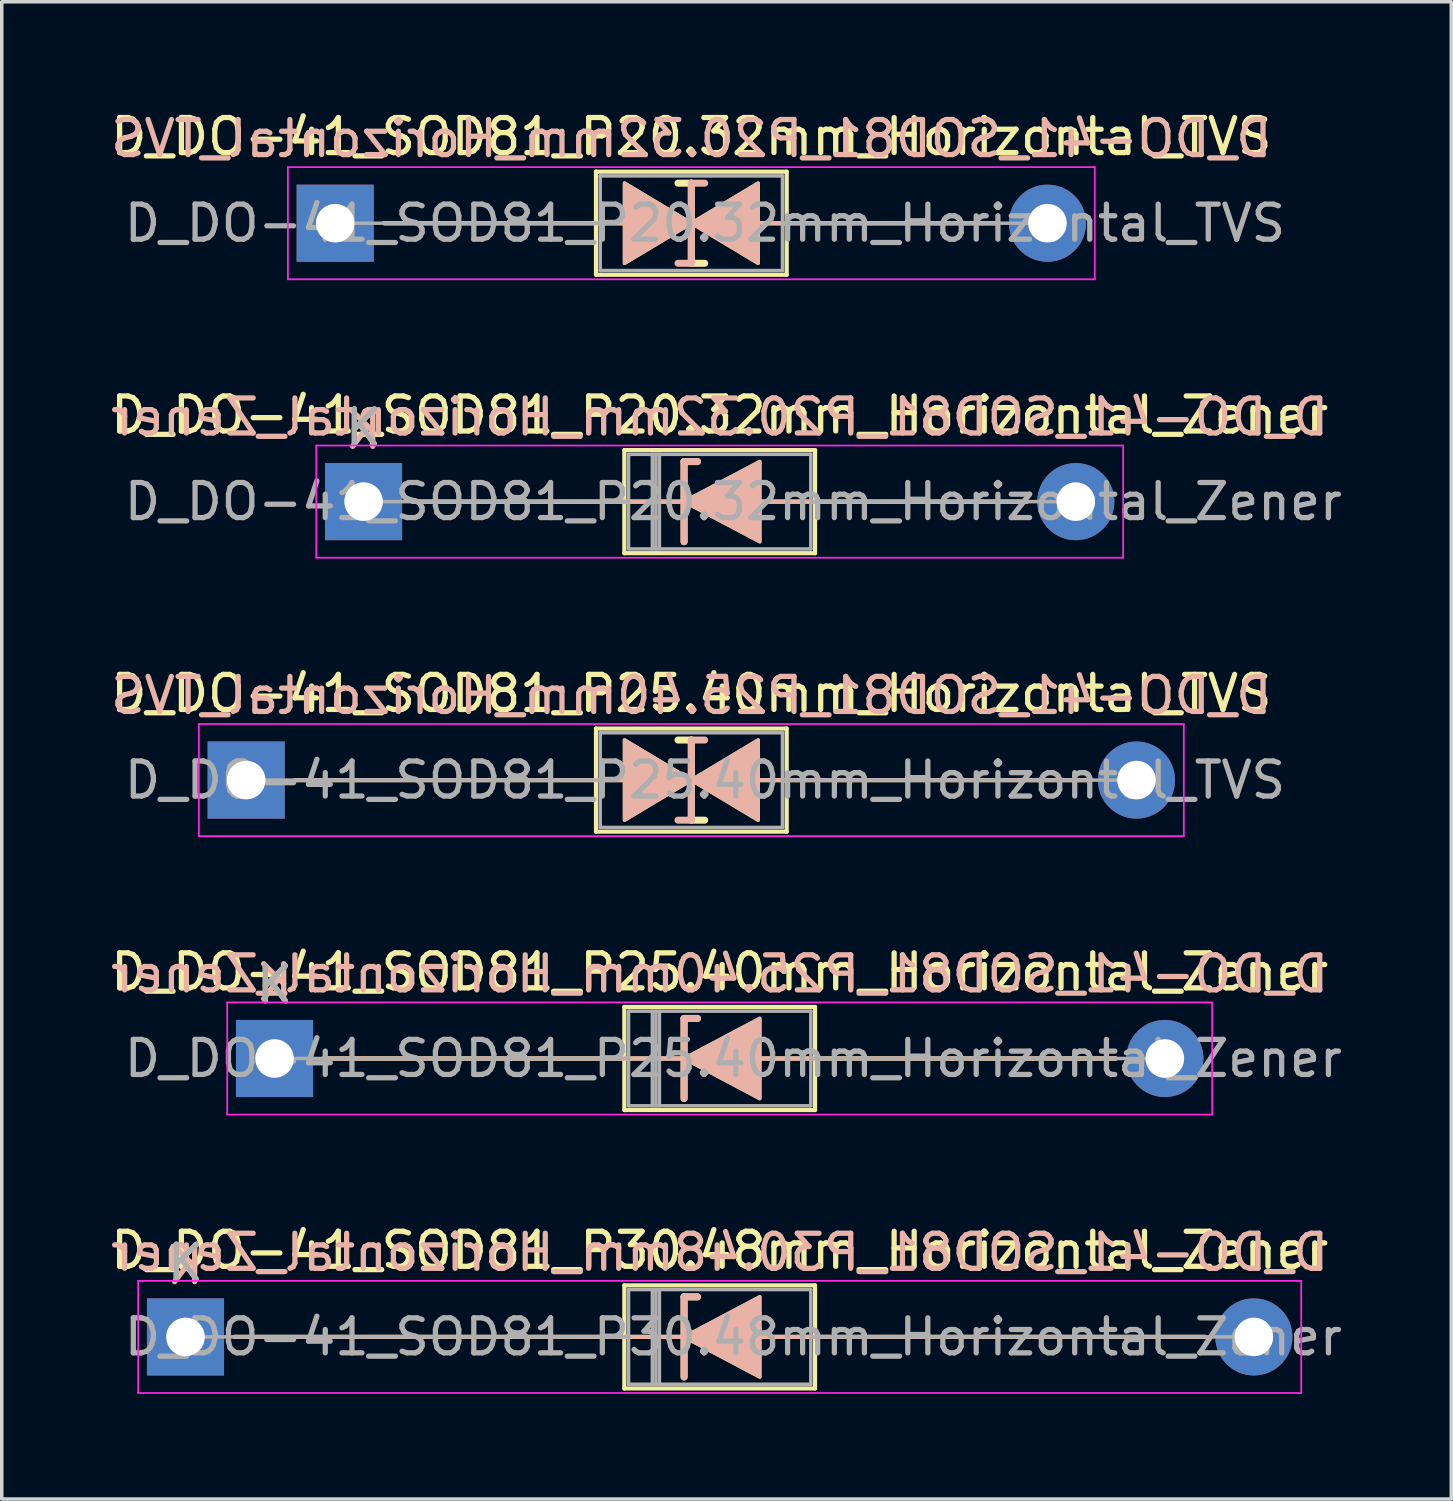
<source format=kicad_pcb>
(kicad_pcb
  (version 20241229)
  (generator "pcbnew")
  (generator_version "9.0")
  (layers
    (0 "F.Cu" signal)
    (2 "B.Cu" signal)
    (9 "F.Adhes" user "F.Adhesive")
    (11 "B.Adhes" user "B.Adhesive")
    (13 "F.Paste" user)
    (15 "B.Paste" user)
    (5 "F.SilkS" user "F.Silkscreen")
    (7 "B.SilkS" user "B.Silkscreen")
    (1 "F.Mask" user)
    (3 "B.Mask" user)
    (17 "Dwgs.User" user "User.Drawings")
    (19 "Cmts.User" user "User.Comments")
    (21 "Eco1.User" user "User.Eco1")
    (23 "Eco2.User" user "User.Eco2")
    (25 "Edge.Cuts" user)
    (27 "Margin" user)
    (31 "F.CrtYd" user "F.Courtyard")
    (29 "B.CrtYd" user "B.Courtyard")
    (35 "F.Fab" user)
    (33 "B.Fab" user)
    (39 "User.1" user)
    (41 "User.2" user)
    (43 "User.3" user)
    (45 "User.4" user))
  (footprint "D_DO-41_SOD81_P25.40mm_Horizontal_Zener"
    (layer "F.Cu")
    (at 4.782 27.148)
    (property "Reference" "D_DO-41_SOD81_P25.40mm_Horizontal_Zener" (at 12.7 -2.47 0) (layer "F.SilkS") (effects (font (size 1 1) (thickness 0.15))))
    (fp_line (start 1.397 0) (end 9.98 0) (stroke (width 0.12) (type solid)) (layer "F.SilkS"))
    (fp_line (start 9.98 -1.47) (end 9.98 1.47) (stroke (width 0.12) (type solid)) (layer "F.SilkS"))
    (fp_line (start 9.98 1.47) (end 15.42 1.47) (stroke (width 0.12) (type solid)) (layer "F.SilkS"))
    (fp_line (start 11.684 -1.143) (end 11.684 1.143) (stroke (width 0.2) (type solid)) (layer "F.SilkS"))
    (fp_line (start 11.684 -1.143) (end 12.065 -1.143) (stroke (width 0.2) (type solid)) (layer "F.SilkS"))
    (fp_line (start 11.684 0) (end 9.98 0) (stroke (width 0.12) (type solid)) (layer "F.SilkS"))
    (fp_line (start 13.843 0) (end 15.42 0) (stroke (width 0.12) (type solid)) (layer "F.SilkS"))
    (fp_line (start 15.42 -1.47) (end 9.98 -1.47) (stroke (width 0.12) (type solid)) (layer "F.SilkS"))
    (fp_line (start 15.42 1.47) (end 15.42 -1.47) (stroke (width 0.12) (type solid)) (layer "F.SilkS"))
    (fp_line (start 24.003 0) (end 15.42 0) (stroke (width 0.12) (type solid)) (layer "F.SilkS"))
    (fp_poly (pts (xy 13.843 1.143) (xy 11.684 0) (xy 13.843 -1.143)) (stroke (width 0.1) (type solid)) (fill yes) (layer "F.SilkS"))
    (fp_line (start 1.397 0) (end 9.98 0) (stroke (width 0.12) (type solid)) (layer "B.SilkS"))
    (fp_line (start 11.684 -1.143) (end 12.065 -1.143) (stroke (width 0.2) (type solid)) (layer "B.SilkS"))
    (fp_line (start 11.684 0) (end 9.98 0) (stroke (width 0.12) (type solid)) (layer "B.SilkS"))
    (fp_line (start 11.684 1.143) (end 11.684 -1.143) (stroke (width 0.2) (type solid)) (layer "B.SilkS"))
    (fp_line (start 13.843 0) (end 15.42 0) (stroke (width 0.12) (type solid)) (layer "B.SilkS"))
    (fp_line (start 24.003 0) (end 15.42 0) (stroke (width 0.12) (type solid)) (layer "B.SilkS"))
    (fp_poly (pts (xy 13.843 -1.143) (xy 11.684 0) (xy 13.843 1.143)) (stroke (width 0.1) (type solid)) (fill yes) (layer "B.SilkS"))
    (fp_line (start -1.35 -1.6) (end -1.35 1.6) (stroke (width 0.05) (type solid)) (layer "F.CrtYd"))
    (fp_line (start -1.35 1.6) (end 26.75 1.6) (stroke (width 0.05) (type solid)) (layer "F.CrtYd"))
    (fp_line (start 26.75 -1.6) (end -1.35 -1.6) (stroke (width 0.05) (type solid)) (layer "F.CrtYd"))
    (fp_line (start 26.75 1.6) (end 26.75 -1.6) (stroke (width 0.05) (type solid)) (layer "F.CrtYd"))
    (fp_line (start 0 0) (end 10.1 0) (stroke (width 0.1) (type solid)) (layer "F.Fab"))
    (fp_line (start 10.1 -1.35) (end 10.1 1.35) (stroke (width 0.1) (type solid)) (layer "F.Fab"))
    (fp_line (start 10.1 1.35) (end 15.3 1.35) (stroke (width 0.1) (type solid)) (layer "F.Fab"))
    (fp_line (start 10.78 -1.35) (end 10.78 1.35) (stroke (width 0.1) (type solid)) (layer "F.Fab"))
    (fp_line (start 10.88 -1.35) (end 10.88 1.35) (stroke (width 0.1) (type solid)) (layer "F.Fab"))
    (fp_line (start 10.98 -1.35) (end 10.98 1.35) (stroke (width 0.1) (type solid)) (layer "F.Fab"))
    (fp_line (start 15.3 -1.35) (end 10.1 -1.35) (stroke (width 0.1) (type solid)) (layer "F.Fab"))
    (fp_line (start 15.3 1.35) (end 15.3 -1.35) (stroke (width 0.1) (type solid)) (layer "F.Fab"))
    (fp_line (start 25.4 0) (end 15.3 0) (stroke (width 0.1) (type solid)) (layer "F.Fab"))
    (fp_text user "K" (at 0 -2.1 0) (layer "F.SilkS") (effects (font (size 1 1) (thickness 0.15))))
    (fp_text user "${REFERENCE}" (at 12.7 -2.413 0) (layer "B.SilkS") (effects (font (size 1 1) (thickness 0.15)) (justify mirror)))
    (fp_text user "K" (at 0 -2.159 0) (layer "B.SilkS") (effects (font (size 1 1) (thickness 0.15)) (justify mirror)))
    (fp_text user "K" (at 0 -2.1 0) (layer "F.Fab") (effects (font (size 1 1) (thickness 0.15))))
    (fp_text user "${REFERENCE}" (at 13.09 0 0) (layer "F.Fab") (effects (font (size 1 1) (thickness 0.15))))
    (pad "1" thru_hole rect (at 0 0) (size 2.2 2.2) (drill 1.1) (layers "*.Cu" "*.Mask"))
    (pad "2" thru_hole oval (at 25.4 0) (size 2.2 2.2) (drill 1.1) (layers "*.Cu" "*.Mask")))
  (footprint "D_DO-41_SOD81_P20.32mm_Horizontal_TVS"
    (layer "F.Cu")
    (at 6.513 3.318)
    (property "Reference" "D_DO-41_SOD81_P20.32mm_Horizontal_TVS" (at 10.16 -2.47 0) (layer "F.SilkS") (effects (font (size 1 1) (thickness 0.15))))
    (fp_line (start 1.397 0) (end 7.44 0) (stroke (width 0.12) (type solid)) (layer "F.SilkS"))
    (fp_line (start 7.44 -1.47) (end 7.44 1.47) (stroke (width 0.12) (type solid)) (layer "F.SilkS"))
    (fp_line (start 7.44 0) (end 8.255 0) (stroke (width 0.12) (type solid)) (layer "F.SilkS"))
    (fp_line (start 7.44 1.47) (end 12.88 1.47) (stroke (width 0.12) (type solid)) (layer "F.SilkS"))
    (fp_line (start 10.16 -1.143) (end 9.779 -1.143) (stroke (width 0.2) (type solid)) (layer "F.SilkS"))
    (fp_line (start 10.16 1.143) (end 10.16 -1.143) (stroke (width 0.2) (type solid)) (layer "F.SilkS"))
    (fp_line (start 10.541 1.143) (end 10.16 1.143) (stroke (width 0.2) (type solid)) (layer "F.SilkS"))
    (fp_line (start 12.065 0) (end 12.88 0) (stroke (width 0.12) (type solid)) (layer "F.SilkS"))
    (fp_line (start 12.88 -1.47) (end 7.44 -1.47) (stroke (width 0.12) (type solid)) (layer "F.SilkS"))
    (fp_line (start 12.88 1.47) (end 12.88 -1.47) (stroke (width 0.12) (type solid)) (layer "F.SilkS"))
    (fp_line (start 18.923 0) (end 12.88 0) (stroke (width 0.12) (type solid)) (layer "F.SilkS"))
    (fp_poly (pts (xy 10.16 0) (xy 8.255 1.143) (xy 8.255 -1.143)) (stroke (width 0.1) (type solid)) (fill yes) (layer "F.SilkS"))
    (fp_poly (pts (xy 10.16 0) (xy 12.065 -1.143) (xy 12.065 1.143)) (stroke (width 0.1) (type solid)) (fill yes) (layer "F.SilkS"))
    (fp_line (start 1.397 0) (end 7.44 0) (stroke (width 0.12) (type solid)) (layer "B.SilkS"))
    (fp_line (start 7.44 0) (end 8.255 0) (stroke (width 0.12) (type solid)) (layer "B.SilkS"))
    (fp_line (start 10.16 -1.143) (end 10.16 1.143) (stroke (width 0.2) (type solid)) (layer "B.SilkS"))
    (fp_line (start 10.16 1.143) (end 9.779 1.143) (stroke (width 0.2) (type solid)) (layer "B.SilkS"))
    (fp_line (start 10.541 -1.143) (end 10.16 -1.143) (stroke (width 0.2) (type solid)) (layer "B.SilkS"))
    (fp_line (start 12.065 0) (end 12.88 0) (stroke (width 0.12) (type solid)) (layer "B.SilkS"))
    (fp_line (start 18.923 0) (end 12.88 0) (stroke (width 0.12) (type solid)) (layer "B.SilkS"))
    (fp_poly (pts (xy 10.16 0) (xy 8.255 -1.143) (xy 8.255 1.143)) (stroke (width 0.1) (type solid)) (fill yes) (layer "B.SilkS"))
    (fp_poly (pts (xy 10.16 0) (xy 12.065 1.143) (xy 12.065 -1.143)) (stroke (width 0.1) (type solid)) (fill yes) (layer "B.SilkS"))
    (fp_line (start -1.35 -1.6) (end -1.35 1.6) (stroke (width 0.05) (type solid)) (layer "F.CrtYd"))
    (fp_line (start -1.35 1.6) (end 21.67 1.6) (stroke (width 0.05) (type solid)) (layer "F.CrtYd"))
    (fp_line (start 21.67 -1.6) (end -1.35 -1.6) (stroke (width 0.05) (type solid)) (layer "F.CrtYd"))
    (fp_line (start 21.67 1.6) (end 21.67 -1.6) (stroke (width 0.05) (type solid)) (layer "F.CrtYd"))
    (fp_line (start 0 0) (end 7.56 0) (stroke (width 0.1) (type solid)) (layer "F.Fab"))
    (fp_line (start 7.56 -1.35) (end 7.56 1.35) (stroke (width 0.1) (type solid)) (layer "F.Fab"))
    (fp_line (start 7.56 1.35) (end 12.76 1.35) (stroke (width 0.1) (type solid)) (layer "F.Fab"))
    (fp_line (start 12.76 -1.35) (end 7.56 -1.35) (stroke (width 0.1) (type solid)) (layer "F.Fab"))
    (fp_line (start 12.76 1.35) (end 12.76 -1.35) (stroke (width 0.1) (type solid)) (layer "F.Fab"))
    (fp_line (start 20.32 0) (end 12.76 0) (stroke (width 0.1) (type solid)) (layer "F.Fab"))
    (fp_text user "${REFERENCE}" (at 10.16 -2.413 0) (layer "B.SilkS") (effects (font (size 1 1) (thickness 0.15)) (justify mirror)))
    (fp_text user "${REFERENCE}" (at 10.55 0 0) (layer "F.Fab") (effects (font (size 1 1) (thickness 0.15))))
    (pad "1" thru_hole rect (at 0 0) (size 2.2 2.2) (drill 1.1) (layers "*.Cu" "*.Mask"))
    (pad "2" thru_hole oval (at 20.32 0) (size 2.2 2.2) (drill 1.1) (layers "*.Cu" "*.Mask")))
  (footprint "D_DO-41_SOD81_P30.48mm_Horizontal_Zener"
    (layer "F.Cu")
    (at 2.242 35.091)
    (property "Reference" "D_DO-41_SOD81_P30.48mm_Horizontal_Zener" (at 15.24 -2.47 0) (layer "F.SilkS") (effects (font (size 1 1) (thickness 0.15))))
    (fp_line (start 1.397 0) (end 12.52 0) (stroke (width 0.12) (type solid)) (layer "F.SilkS"))
    (fp_line (start 12.52 -1.47) (end 12.52 1.47) (stroke (width 0.12) (type solid)) (layer "F.SilkS"))
    (fp_line (start 12.52 1.47) (end 17.96 1.47) (stroke (width 0.12) (type solid)) (layer "F.SilkS"))
    (fp_line (start 14.224 -1.143) (end 14.224 1.143) (stroke (width 0.2) (type solid)) (layer "F.SilkS"))
    (fp_line (start 14.224 -1.143) (end 14.605 -1.143) (stroke (width 0.2) (type solid)) (layer "F.SilkS"))
    (fp_line (start 14.224 0) (end 12.52 0) (stroke (width 0.12) (type solid)) (layer "F.SilkS"))
    (fp_line (start 16.383 0) (end 17.96 0) (stroke (width 0.12) (type solid)) (layer "F.SilkS"))
    (fp_line (start 17.96 -1.47) (end 12.52 -1.47) (stroke (width 0.12) (type solid)) (layer "F.SilkS"))
    (fp_line (start 17.96 1.47) (end 17.96 -1.47) (stroke (width 0.12) (type solid)) (layer "F.SilkS"))
    (fp_line (start 29.083 0) (end 17.96 0) (stroke (width 0.12) (type solid)) (layer "F.SilkS"))
    (fp_poly (pts (xy 16.383 1.143) (xy 14.224 0) (xy 16.383 -1.143)) (stroke (width 0.1) (type solid)) (fill yes) (layer "F.SilkS"))
    (fp_line (start 1.397 0) (end 12.52 0) (stroke (width 0.12) (type solid)) (layer "B.SilkS"))
    (fp_line (start 14.224 -1.143) (end 14.605 -1.143) (stroke (width 0.2) (type solid)) (layer "B.SilkS"))
    (fp_line (start 14.224 0) (end 12.52 0) (stroke (width 0.12) (type solid)) (layer "B.SilkS"))
    (fp_line (start 14.224 1.143) (end 14.224 -1.143) (stroke (width 0.2) (type solid)) (layer "B.SilkS"))
    (fp_line (start 16.383 0) (end 17.96 0) (stroke (width 0.12) (type solid)) (layer "B.SilkS"))
    (fp_line (start 29.083 0) (end 17.96 0) (stroke (width 0.12) (type solid)) (layer "B.SilkS"))
    (fp_poly (pts (xy 16.383 -1.143) (xy 14.224 0) (xy 16.383 1.143)) (stroke (width 0.1) (type solid)) (fill yes) (layer "B.SilkS"))
    (fp_line (start -1.35 -1.6) (end -1.35 1.6) (stroke (width 0.05) (type solid)) (layer "F.CrtYd"))
    (fp_line (start -1.35 1.6) (end 31.83 1.6) (stroke (width 0.05) (type solid)) (layer "F.CrtYd"))
    (fp_line (start 31.83 -1.6) (end -1.35 -1.6) (stroke (width 0.05) (type solid)) (layer "F.CrtYd"))
    (fp_line (start 31.83 1.6) (end 31.83 -1.6) (stroke (width 0.05) (type solid)) (layer "F.CrtYd"))
    (fp_line (start 0 0) (end 12.64 0) (stroke (width 0.1) (type solid)) (layer "F.Fab"))
    (fp_line (start 12.64 -1.35) (end 12.64 1.35) (stroke (width 0.1) (type solid)) (layer "F.Fab"))
    (fp_line (start 12.64 1.35) (end 17.84 1.35) (stroke (width 0.1) (type solid)) (layer "F.Fab"))
    (fp_line (start 13.32 -1.35) (end 13.32 1.35) (stroke (width 0.1) (type solid)) (layer "F.Fab"))
    (fp_line (start 13.42 -1.35) (end 13.42 1.35) (stroke (width 0.1) (type solid)) (layer "F.Fab"))
    (fp_line (start 13.52 -1.35) (end 13.52 1.35) (stroke (width 0.1) (type solid)) (layer "F.Fab"))
    (fp_line (start 17.84 -1.35) (end 12.64 -1.35) (stroke (width 0.1) (type solid)) (layer "F.Fab"))
    (fp_line (start 17.84 1.35) (end 17.84 -1.35) (stroke (width 0.1) (type solid)) (layer "F.Fab"))
    (fp_line (start 30.48 0) (end 17.84 0) (stroke (width 0.1) (type solid)) (layer "F.Fab"))
    (fp_text user "K" (at 0 -2.1 0) (layer "F.SilkS") (effects (font (size 1 1) (thickness 0.15))))
    (fp_text user "${REFERENCE}" (at 15.24 -2.413 0) (layer "B.SilkS") (effects (font (size 1 1) (thickness 0.15)) (justify mirror)))
    (fp_text user "K" (at 0 -2.032 0) (layer "B.SilkS") (effects (font (size 1 1) (thickness 0.15)) (justify mirror)))
    (fp_text user "${REFERENCE}" (at 15.63 0 0) (layer "F.Fab") (effects (font (size 1 1) (thickness 0.15))))
    (fp_text user "K" (at 0 -2.1 0) (layer "F.Fab") (effects (font (size 1 1) (thickness 0.15))))
    (pad "1" thru_hole rect (at 0 0) (size 2.2 2.2) (drill 1.1) (layers "*.Cu" "*.Mask"))
    (pad "2" thru_hole oval (at 30.48 0) (size 2.2 2.2) (drill 1.1) (layers "*.Cu" "*.Mask")))
  (footprint "D_DO-41_SOD81_P20.32mm_Horizontal_Zener"
    (layer "F.Cu")
    (at 7.322 11.261)
    (property "Reference" "D_DO-41_SOD81_P20.32mm_Horizontal_Zener" (at 10.16 -2.47 0) (layer "F.SilkS") (effects (font (size 1 1) (thickness 0.15))))
    (fp_line (start 1.397 0) (end 7.44 0) (stroke (width 0.12) (type solid)) (layer "F.SilkS"))
    (fp_line (start 7.44 -1.47) (end 7.44 1.47) (stroke (width 0.12) (type solid)) (layer "F.SilkS"))
    (fp_line (start 7.44 1.47) (end 12.88 1.47) (stroke (width 0.12) (type solid)) (layer "F.SilkS"))
    (fp_line (start 9.144 -1.143) (end 9.144 1.143) (stroke (width 0.2) (type solid)) (layer "F.SilkS"))
    (fp_line (start 9.144 -1.143) (end 9.525 -1.143) (stroke (width 0.2) (type solid)) (layer "F.SilkS"))
    (fp_line (start 9.144 0) (end 7.44 0) (stroke (width 0.12) (type solid)) (layer "F.SilkS"))
    (fp_line (start 11.303 0) (end 12.88 0) (stroke (width 0.12) (type solid)) (layer "F.SilkS"))
    (fp_line (start 12.88 -1.47) (end 7.44 -1.47) (stroke (width 0.12) (type solid)) (layer "F.SilkS"))
    (fp_line (start 12.88 1.47) (end 12.88 -1.47) (stroke (width 0.12) (type solid)) (layer "F.SilkS"))
    (fp_line (start 18.923 0) (end 12.88 0) (stroke (width 0.12) (type solid)) (layer "F.SilkS"))
    (fp_poly (pts (xy 11.303 1.143) (xy 9.144 0) (xy 11.303 -1.143)) (stroke (width 0.1) (type solid)) (fill yes) (layer "F.SilkS"))
    (fp_line (start 1.397 0) (end 7.44 0) (stroke (width 0.12) (type solid)) (layer "B.SilkS"))
    (fp_line (start 9.144 -1.143) (end 9.525 -1.143) (stroke (width 0.2) (type solid)) (layer "B.SilkS"))
    (fp_line (start 9.144 0) (end 7.44 0) (stroke (width 0.12) (type solid)) (layer "B.SilkS"))
    (fp_line (start 9.144 1.143) (end 9.144 -1.143) (stroke (width 0.2) (type solid)) (layer "B.SilkS"))
    (fp_line (start 11.303 0) (end 12.88 0) (stroke (width 0.12) (type solid)) (layer "B.SilkS"))
    (fp_line (start 18.923 0) (end 12.88 0) (stroke (width 0.12) (type solid)) (layer "B.SilkS"))
    (fp_poly (pts (xy 11.303 -1.143) (xy 9.144 0) (xy 11.303 1.143)) (stroke (width 0.1) (type solid)) (fill yes) (layer "B.SilkS"))
    (fp_line (start -1.35 -1.6) (end -1.35 1.6) (stroke (width 0.05) (type solid)) (layer "F.CrtYd"))
    (fp_line (start -1.35 1.6) (end 21.67 1.6) (stroke (width 0.05) (type solid)) (layer "F.CrtYd"))
    (fp_line (start 21.67 -1.6) (end -1.35 -1.6) (stroke (width 0.05) (type solid)) (layer "F.CrtYd"))
    (fp_line (start 21.67 1.6) (end 21.67 -1.6) (stroke (width 0.05) (type solid)) (layer "F.CrtYd"))
    (fp_line (start 0 0) (end 7.56 0) (stroke (width 0.1) (type solid)) (layer "F.Fab"))
    (fp_line (start 7.56 -1.35) (end 7.56 1.35) (stroke (width 0.1) (type solid)) (layer "F.Fab"))
    (fp_line (start 7.56 1.35) (end 12.76 1.35) (stroke (width 0.1) (type solid)) (layer "F.Fab"))
    (fp_line (start 8.24 -1.35) (end 8.24 1.35) (stroke (width 0.1) (type solid)) (layer "F.Fab"))
    (fp_line (start 8.34 -1.35) (end 8.34 1.35) (stroke (width 0.1) (type solid)) (layer "F.Fab"))
    (fp_line (start 8.44 -1.35) (end 8.44 1.35) (stroke (width 0.1) (type solid)) (layer "F.Fab"))
    (fp_line (start 12.76 -1.35) (end 7.56 -1.35) (stroke (width 0.1) (type solid)) (layer "F.Fab"))
    (fp_line (start 12.76 1.35) (end 12.76 -1.35) (stroke (width 0.1) (type solid)) (layer "F.Fab"))
    (fp_line (start 20.32 0) (end 12.76 0) (stroke (width 0.1) (type solid)) (layer "F.Fab"))
    (fp_text user "K" (at 0 -2.1 0) (layer "F.SilkS") (effects (font (size 1 1) (thickness 0.15))))
    (fp_text user "${REFERENCE}" (at 10.16 -2.413 0) (layer "B.SilkS") (effects (font (size 1 1) (thickness 0.15)) (justify mirror)))
    (fp_text user "K" (at 0 -2.032 0) (layer "B.SilkS") (effects (font (size 1 1) (thickness 0.15)) (justify mirror)))
    (fp_text user "${REFERENCE}" (at 10.55 0 0) (layer "F.Fab") (effects (font (size 1 1) (thickness 0.15))))
    (fp_text user "K" (at 0 -2.1 0) (layer "F.Fab") (effects (font (size 1 1) (thickness 0.15))))
    (pad "1" thru_hole rect (at 0 0) (size 2.2 2.2) (drill 1.1) (layers "*.Cu" "*.Mask"))
    (pad "2" thru_hole oval (at 20.32 0) (size 2.2 2.2) (drill 1.1) (layers "*.Cu" "*.Mask")))
  (footprint "D_DO-41_SOD81_P25.40mm_Horizontal_TVS"
    (layer "F.Cu")
    (at 3.973 19.205)
    (property "Reference" "D_DO-41_SOD81_P25.40mm_Horizontal_TVS" (at 12.7 -2.47 0) (layer "F.SilkS") (effects (font (size 1 1) (thickness 0.15))))
    (fp_line (start 1.397 0) (end 9.98 0) (stroke (width 0.12) (type solid)) (layer "F.SilkS"))
    (fp_line (start 9.98 -1.47) (end 9.98 1.47) (stroke (width 0.12) (type solid)) (layer "F.SilkS"))
    (fp_line (start 9.98 0) (end 10.795 0) (stroke (width 0.12) (type solid)) (layer "F.SilkS"))
    (fp_line (start 9.98 1.47) (end 15.42 1.47) (stroke (width 0.12) (type solid)) (layer "F.SilkS"))
    (fp_line (start 12.7 -1.143) (end 12.319 -1.143) (stroke (width 0.2) (type solid)) (layer "F.SilkS"))
    (fp_line (start 12.7 1.143) (end 12.7 -1.143) (stroke (width 0.2) (type solid)) (layer "F.SilkS"))
    (fp_line (start 13.081 1.143) (end 12.7 1.143) (stroke (width 0.2) (type solid)) (layer "F.SilkS"))
    (fp_line (start 14.605 0) (end 15.42 0) (stroke (width 0.12) (type solid)) (layer "F.SilkS"))
    (fp_line (start 15.42 -1.47) (end 9.98 -1.47) (stroke (width 0.12) (type solid)) (layer "F.SilkS"))
    (fp_line (start 15.42 1.47) (end 15.42 -1.47) (stroke (width 0.12) (type solid)) (layer "F.SilkS"))
    (fp_line (start 24.003 0) (end 15.42 0) (stroke (width 0.12) (type solid)) (layer "F.SilkS"))
    (fp_poly (pts (xy 12.7 0) (xy 10.795 1.143) (xy 10.795 -1.143)) (stroke (width 0.1) (type solid)) (fill yes) (layer "F.SilkS"))
    (fp_poly (pts (xy 12.7 0) (xy 14.605 -1.143) (xy 14.605 1.143)) (stroke (width 0.1) (type solid)) (fill yes) (layer "F.SilkS"))
    (fp_line (start 1.397 0) (end 9.98 0) (stroke (width 0.12) (type solid)) (layer "B.SilkS"))
    (fp_line (start 9.98 0) (end 10.795 0) (stroke (width 0.12) (type solid)) (layer "B.SilkS"))
    (fp_line (start 12.7 -1.143) (end 12.7 1.143) (stroke (width 0.2) (type solid)) (layer "B.SilkS"))
    (fp_line (start 12.7 1.143) (end 12.319 1.143) (stroke (width 0.2) (type solid)) (layer "B.SilkS"))
    (fp_line (start 13.081 -1.143) (end 12.7 -1.143) (stroke (width 0.2) (type solid)) (layer "B.SilkS"))
    (fp_line (start 14.605 0) (end 15.42 0) (stroke (width 0.12) (type solid)) (layer "B.SilkS"))
    (fp_line (start 24.003 0) (end 15.42 0) (stroke (width 0.12) (type solid)) (layer "B.SilkS"))
    (fp_poly (pts (xy 12.7 0) (xy 10.795 -1.143) (xy 10.795 1.143)) (stroke (width 0.1) (type solid)) (fill yes) (layer "B.SilkS"))
    (fp_poly (pts (xy 12.7 0) (xy 14.605 1.143) (xy 14.605 -1.143)) (stroke (width 0.1) (type solid)) (fill yes) (layer "B.SilkS"))
    (fp_line (start -1.35 -1.6) (end -1.35 1.6) (stroke (width 0.05) (type solid)) (layer "F.CrtYd"))
    (fp_line (start -1.35 1.6) (end 26.75 1.6) (stroke (width 0.05) (type solid)) (layer "F.CrtYd"))
    (fp_line (start 26.75 -1.6) (end -1.35 -1.6) (stroke (width 0.05) (type solid)) (layer "F.CrtYd"))
    (fp_line (start 26.75 1.6) (end 26.75 -1.6) (stroke (width 0.05) (type solid)) (layer "F.CrtYd"))
    (fp_line (start 0 0) (end 10.1 0) (stroke (width 0.1) (type solid)) (layer "F.Fab"))
    (fp_line (start 10.1 -1.35) (end 10.1 1.35) (stroke (width 0.1) (type solid)) (layer "F.Fab"))
    (fp_line (start 10.1 1.35) (end 15.3 1.35) (stroke (width 0.1) (type solid)) (layer "F.Fab"))
    (fp_line (start 15.3 -1.35) (end 10.1 -1.35) (stroke (width 0.1) (type solid)) (layer "F.Fab"))
    (fp_line (start 15.3 1.35) (end 15.3 -1.35) (stroke (width 0.1) (type solid)) (layer "F.Fab"))
    (fp_line (start 25.4 0) (end 15.3 0) (stroke (width 0.1) (type solid)) (layer "F.Fab"))
    (fp_text user "${REFERENCE}" (at 12.7 -2.413 0) (layer "B.SilkS") (effects (font (size 1 1) (thickness 0.15)) (justify mirror)))
    (fp_text user "${REFERENCE}" (at 13.09 0 0) (layer "F.Fab") (effects (font (size 1 1) (thickness 0.15))))
    (pad "1" thru_hole rect (at 0 0) (size 2.2 2.2) (drill 1.1) (layers "*.Cu" "*.Mask"))
    (pad "2" thru_hole oval (at 25.4 0) (size 2.2 2.2) (drill 1.1) (layers "*.Cu" "*.Mask")))
  (gr_rect
    (start -3 -3)
    (end 38.354 39.716)
    (stroke (width 0.1) (type default))
    (fill no)
    (layer "Edge.Cuts")))
</source>
